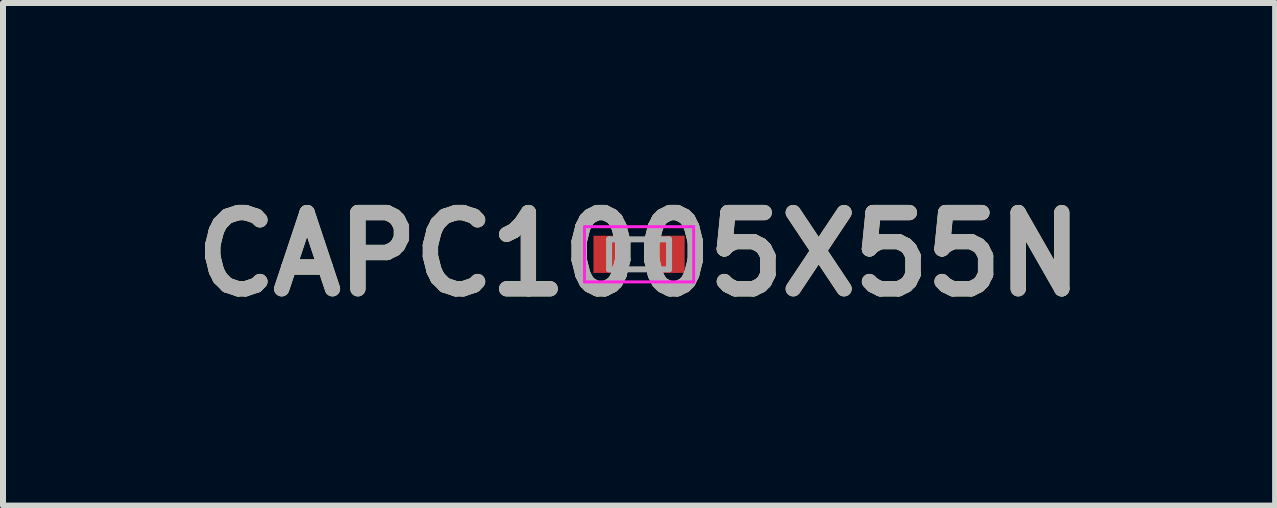
<source format=kicad_pcb>
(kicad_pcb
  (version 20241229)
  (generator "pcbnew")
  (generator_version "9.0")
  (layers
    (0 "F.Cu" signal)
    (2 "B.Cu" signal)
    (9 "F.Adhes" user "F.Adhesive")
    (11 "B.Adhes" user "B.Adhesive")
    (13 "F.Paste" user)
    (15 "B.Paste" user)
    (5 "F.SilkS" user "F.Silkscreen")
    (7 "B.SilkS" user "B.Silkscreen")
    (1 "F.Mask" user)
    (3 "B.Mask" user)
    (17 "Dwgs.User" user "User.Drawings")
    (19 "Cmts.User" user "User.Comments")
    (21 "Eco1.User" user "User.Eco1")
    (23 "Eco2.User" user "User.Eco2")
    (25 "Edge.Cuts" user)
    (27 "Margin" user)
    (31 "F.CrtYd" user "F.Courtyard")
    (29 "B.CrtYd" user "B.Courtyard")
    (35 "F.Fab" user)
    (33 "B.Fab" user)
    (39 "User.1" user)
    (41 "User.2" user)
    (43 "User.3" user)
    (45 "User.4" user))
  (footprint "CAPC1005X55N"
    (layer "F.Cu")
    (at 7.602 1.189)
    (property "Reference" "CAPC1005X55N" (at 0 0 0) (layer "F.SilkS") (effects (font (size 1.27 1.27) (thickness 0.254))))
    (attr smd)
    (fp_line (start -0.91 -0.46) (end 0.91 -0.46) (stroke (width 0.05) (type solid)) (layer "F.CrtYd"))
    (fp_line (start -0.91 0.46) (end -0.91 -0.46) (stroke (width 0.05) (type solid)) (layer "F.CrtYd"))
    (fp_line (start 0.91 -0.46) (end 0.91 0.46) (stroke (width 0.05) (type solid)) (layer "F.CrtYd"))
    (fp_line (start 0.91 0.46) (end -0.91 0.46) (stroke (width 0.05) (type solid)) (layer "F.CrtYd"))
    (fp_line (start -0.5 -0.25) (end 0.5 -0.25) (stroke (width 0.1) (type solid)) (layer "F.Fab"))
    (fp_line (start -0.5 0.25) (end -0.5 -0.25) (stroke (width 0.1) (type solid)) (layer "F.Fab"))
    (fp_line (start 0.5 -0.25) (end 0.5 0.25) (stroke (width 0.1) (type solid)) (layer "F.Fab"))
    (fp_line (start 0.5 0.25) (end -0.5 0.25) (stroke (width 0.1) (type solid)) (layer "F.Fab"))
    (fp_text user "${REFERENCE}" (at 0 0 0) (layer "F.Fab") (effects (font (size 1.27 1.27) (thickness 0.254))))
    (pad "1" smd rect (at -0.48 0) (size 0.56 0.62) (layers "F.Cu" "F.Mask" "F.Paste"))
    (pad "2" smd rect (at 0.48 0) (size 0.56 0.62) (layers "F.Cu" "F.Mask" "F.Paste")))
  (gr_rect
    (start -3 -3)
    (end 18.204 5.377)
    (stroke (width 0.1) (type default))
    (fill no)
    (layer "Edge.Cuts")))
</source>
